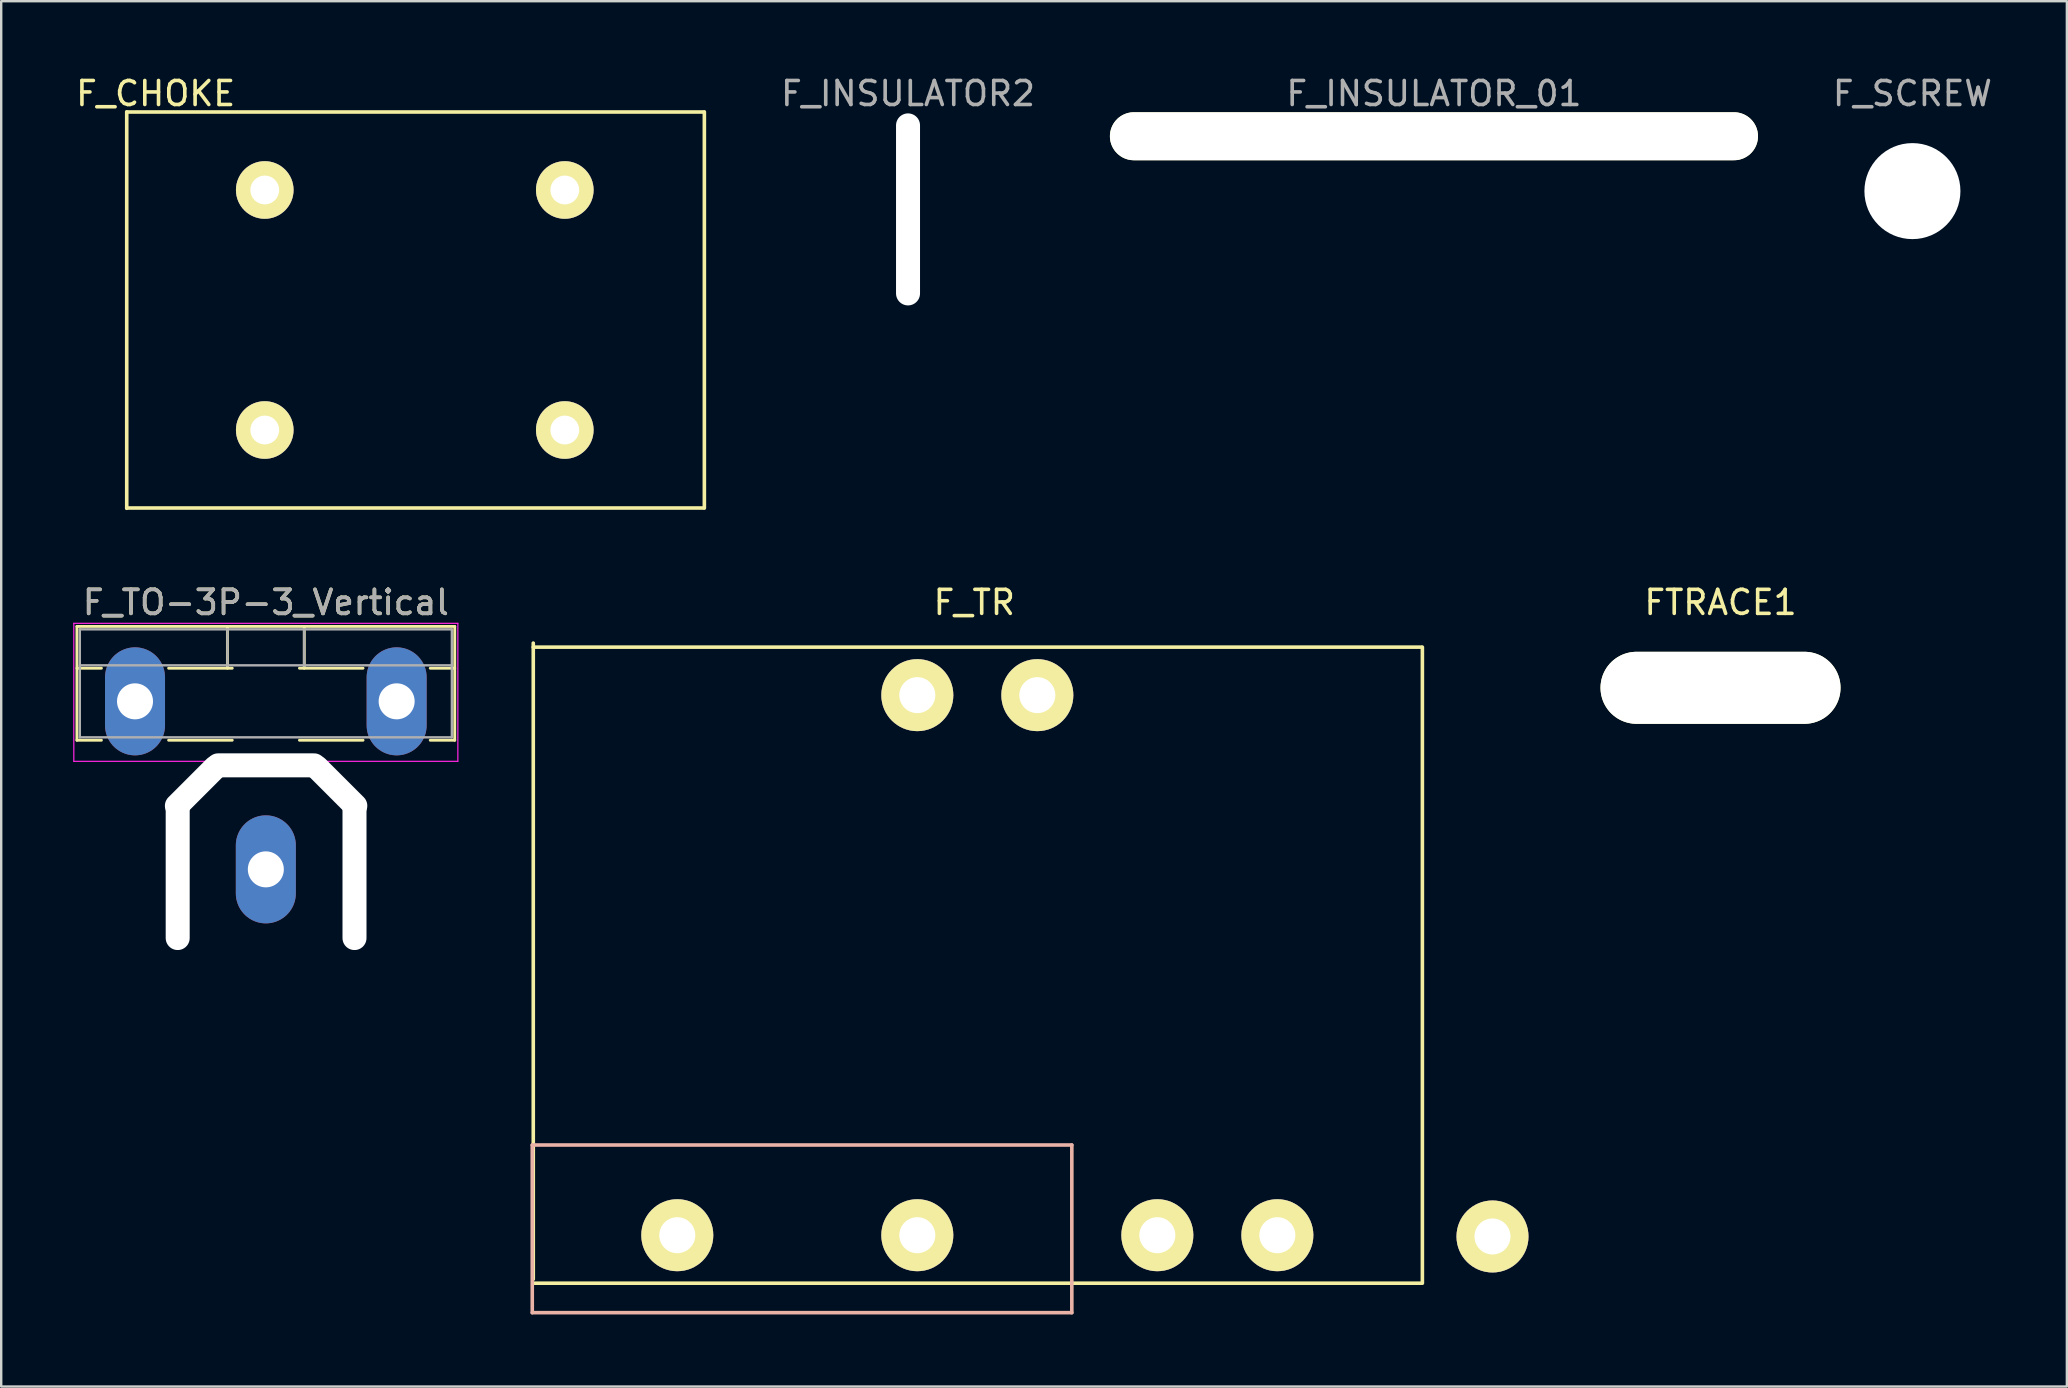
<source format=kicad_pcb>
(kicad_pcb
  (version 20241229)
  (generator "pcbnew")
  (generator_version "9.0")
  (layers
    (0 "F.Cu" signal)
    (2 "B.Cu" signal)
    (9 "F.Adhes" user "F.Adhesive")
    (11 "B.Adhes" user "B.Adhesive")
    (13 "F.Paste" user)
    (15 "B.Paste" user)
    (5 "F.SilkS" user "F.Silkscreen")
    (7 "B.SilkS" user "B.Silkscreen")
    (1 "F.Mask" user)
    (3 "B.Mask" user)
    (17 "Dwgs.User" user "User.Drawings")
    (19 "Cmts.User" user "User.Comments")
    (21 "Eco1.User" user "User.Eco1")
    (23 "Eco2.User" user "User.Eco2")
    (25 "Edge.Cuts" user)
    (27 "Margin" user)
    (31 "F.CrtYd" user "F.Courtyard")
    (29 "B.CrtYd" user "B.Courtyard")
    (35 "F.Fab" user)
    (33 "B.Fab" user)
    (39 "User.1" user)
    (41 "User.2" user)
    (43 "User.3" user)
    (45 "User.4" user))
  (footprint "F_INSULATOR2"
    (layer "F.Cu")
    (at 34.78 5.674)
    (property "Reference" "F_INSULATOR2" (at 0 -4.826 0) (layer "F.Fab") (effects (font (size 1 1) (thickness 0.15))))
    (attr through_hole)
    (pad "" np_thru_hole oval (at 0 0) (size 1 8) (drill oval 1 8) (layers "*.Cu" "*.Paste" "*.Mask")))
  (footprint "F_SCREW"
    (layer "F.Cu")
    (at 76.625 4.912)
    (property "Reference" "F_SCREW" (at 0 -4.064 0) (layer "F.Fab") (effects (font (size 1 1) (thickness 0.15))))
    (attr through_hole)
    (pad "" np_thru_hole circle (at 0 0) (size 4 4) (drill 4) (layers "*.Mask" "F.Cu")))
  (footprint "F_TO-3P-3_Vertical"
    (layer "F.Cu")
    (at 2.575 26.169)
    (property "Reference" "F_TO-3P-3_Vertical" (at 5.45 -4.12 0) (layer "F.SilkS") (effects (font (size 1 1) (thickness 0.15))))
    (attr through_hole)
    (fp_line (start -2.42 -3.12) (end -2.42 1.62) (stroke (width 0.12) (type solid)) (layer "F.SilkS"))
    (fp_line (start -2.42 -3.12) (end 13.32 -3.12) (stroke (width 0.12) (type solid)) (layer "F.SilkS"))
    (fp_line (start -2.42 -1.38) (end -1.4 -1.38) (stroke (width 0.12) (type solid)) (layer "F.SilkS"))
    (fp_line (start -2.42 1.62) (end -1.4 1.62) (stroke (width 0.12) (type solid)) (layer "F.SilkS"))
    (fp_line (start 1.4 -1.38) (end 4.051 -1.38) (stroke (width 0.12) (type solid)) (layer "F.SilkS"))
    (fp_line (start 1.4 1.62) (end 4.051 1.62) (stroke (width 0.12) (type solid)) (layer "F.SilkS"))
    (fp_line (start 3.85 -3.12) (end 3.85 -1.38) (stroke (width 0.12) (type solid)) (layer "F.SilkS"))
    (fp_line (start 6.85 -1.38) (end 9.5 -1.38) (stroke (width 0.12) (type solid)) (layer "F.SilkS"))
    (fp_line (start 6.85 1.62) (end 9.5 1.62) (stroke (width 0.12) (type solid)) (layer "F.SilkS"))
    (fp_line (start 7.051 -3.12) (end 7.051 -1.38) (stroke (width 0.12) (type solid)) (layer "F.SilkS"))
    (fp_line (start 12.3 -1.38) (end 13.32 -1.38) (stroke (width 0.12) (type solid)) (layer "F.SilkS"))
    (fp_line (start 12.3 1.62) (end 13.32 1.62) (stroke (width 0.12) (type solid)) (layer "F.SilkS"))
    (fp_line (start 13.32 -3.12) (end 13.32 1.62) (stroke (width 0.12) (type solid)) (layer "F.SilkS"))
    (fp_line (start -2.55 -3.25) (end -2.55 2.5) (stroke (width 0.05) (type solid)) (layer "F.CrtYd"))
    (fp_line (start -2.55 2.5) (end 13.45 2.5) (stroke (width 0.05) (type solid)) (layer "F.CrtYd"))
    (fp_line (start 13.45 -3.25) (end -2.55 -3.25) (stroke (width 0.05) (type solid)) (layer "F.CrtYd"))
    (fp_line (start 13.45 2.5) (end 13.45 -3.25) (stroke (width 0.05) (type solid)) (layer "F.CrtYd"))
    (fp_line (start -2.3 -3) (end -2.3 1.5) (stroke (width 0.1) (type solid)) (layer "F.Fab"))
    (fp_line (start -2.3 -1.5) (end 13.2 -1.5) (stroke (width 0.1) (type solid)) (layer "F.Fab"))
    (fp_line (start -2.3 1.5) (end 13.2 1.5) (stroke (width 0.1) (type solid)) (layer "F.Fab"))
    (fp_line (start 3.85 -3) (end 3.85 -1.5) (stroke (width 0.1) (type solid)) (layer "F.Fab"))
    (fp_line (start 7.05 -3) (end 7.05 -1.5) (stroke (width 0.1) (type solid)) (layer "F.Fab"))
    (fp_line (start 13.2 -3) (end -2.3 -3) (stroke (width 0.1) (type solid)) (layer "F.Fab"))
    (fp_line (start 13.2 1.5) (end 13.2 -3) (stroke (width 0.1) (type solid)) (layer "F.Fab"))
    (fp_text user "${REFERENCE}" (at 5.45 -4.12 0) (layer "F.Fab") (effects (font (size 1 1) (thickness 0.15))))
    (pad "" np_thru_hole oval (at 1.778 7.112) (size 1 6.5) (drill oval 1 6.5) (layers "F.Cu"))
    (pad "" np_thru_hole oval (at 2.54 3.556 315) (size 1 3.25) (drill oval 1 3.25) (layers "F.Cu"))
    (pad "" np_thru_hole oval (at 5.461 2.667 90) (size 1 5) (drill oval 1 5) (layers "F.Cu"))
    (pad "" np_thru_hole oval (at 8.382 3.556 45) (size 1 3.25) (drill oval 1 3.25) (layers "F.Cu"))
    (pad "" np_thru_hole oval (at 9.144 7.112) (size 1 6.5) (drill oval 1 6.5) (layers "F.Cu"))
    (pad "1" thru_hole oval (at 0 0) (size 2.5 4.5) (drill 1.5) (layers "*.Cu" "*.Mask"))
    (pad "2" thru_hole oval (at 5.45 7) (size 2.5 4.5) (drill 1.5) (layers "*.Cu" "*.Mask"))
    (pad "3" thru_hole oval (at 10.9 0) (size 2.5 4.5) (drill 1.5) (layers "*.Cu" "*.Mask")))
  (footprint "F_TR"
    (layer "F.Cu")
    (at 37.667 37.161)
    (property "Reference" "F_TR" (at -0.127 -15.113 0) (layer "F.SilkS") (effects (font (size 1 1) (thickness 0.15))))
    (attr through_hole)
    (fp_line (start -18.5 -13.419) (end -18.5 13.081) (stroke (width 0.15) (type solid)) (layer "F.SilkS"))
    (fp_line (start -18.5 -13.25) (end 18.5 -13.25) (stroke (width 0.15) (type solid)) (layer "F.SilkS"))
    (fp_line (start -18.5 13.25) (end 18.5 13.25) (stroke (width 0.15) (type solid)) (layer "F.SilkS"))
    (fp_line (start 18.542 -13.25) (end 18.542 13.25) (stroke (width 0.15) (type solid)) (layer "F.SilkS"))
    (fp_line (start -18.542 7.493) (end -18.542 14.478) (stroke (width 0.15) (type solid)) (layer "B.SilkS"))
    (fp_line (start -18.542 14.478) (end 3.937 14.478) (stroke (width 0.15) (type solid)) (layer "B.SilkS"))
    (fp_line (start 3.937 7.493) (end -18.542 7.493) (stroke (width 0.15) (type solid)) (layer "B.SilkS"))
    (fp_line (start 3.937 14.478) (end 3.937 7.493) (stroke (width 0.15) (type solid)) (layer "B.SilkS"))
    (pad "1" thru_hole circle (at -2.5 -11.25) (size 3 3) (drill 1.5) (layers "*.Cu" "*.Mask" "F.SilkS"))
    (pad "2" thru_hole circle (at 2.5 -11.25) (size 3 3) (drill 1.5) (layers "*.Cu" "*.Mask" "F.SilkS"))
    (pad "3" thru_hole circle (at -12.5 11.25) (size 3 3) (drill 1.5) (layers "*.Cu" "*.Mask" "F.SilkS"))
    (pad "4" thru_hole circle (at -2.5 11.25) (size 3 3) (drill 1.5) (layers "*.Cu" "*.Mask" "F.SilkS"))
    (pad "5" thru_hole circle (at 7.5 11.25) (size 3 3) (drill 1.5) (layers "*.Cu" "*.Mask" "F.SilkS"))
    (pad "6" thru_hole circle (at 12.5 11.25) (size 3 3) (drill 1.5) (layers "*.Cu" "*.Mask" "F.SilkS"))
    (pad "7" thru_hole circle (at 21.463 11.303) (size 3 3) (drill 1.5) (layers "*.Cu" "*.Mask" "F.SilkS")))
  (footprint "F_INSULATOR_01"
    (layer "F.Cu")
    (at 56.691 2.626)
    (property "Reference" "F_INSULATOR_01" (at 0 -1.778 0) (layer "F.Fab") (effects (font (size 1 1) (thickness 0.15))))
    (attr through_hole)
    (pad "" np_thru_hole oval (at 0 0) (size 27 2) (drill oval 27 2) (layers "*.Mask" "F.Cu" "F.SilkS")))
  (footprint "FTRACE1"
    (layer "F.Cu")
    (at 68.63 25.605)
    (property "Reference" "FTRACE1" (at 0 -3.556 0) (layer "F.SilkS") (effects (font (size 1 1) (thickness 0.15))))
    (attr through_hole)
    (pad "" np_thru_hole oval (at 0 0) (size 10 3) (drill oval 10 3) (layers "*.Mask" "F.Cu" "F.SilkS")))
  (footprint "F_CHOKE"
    (layer "F.Cu")
    (at 14.23 9.865)
    (property "Reference" "F_CHOKE" (at -10.795 -9.017 0) (layer "F.SilkS") (effects (font (size 1 1) (thickness 0.15))))
    (attr through_hole)
    (fp_line (start -12 -8.25) (end -12 8.26) (stroke (width 0.15) (type solid)) (layer "F.SilkS"))
    (fp_line (start -12 -8.25) (end 12 -8.25) (stroke (width 0.15) (type solid)) (layer "F.SilkS"))
    (fp_line (start -12 8.25) (end 12 8.25) (stroke (width 0.15) (type solid)) (layer "F.SilkS"))
    (fp_line (start 12.065 -8.255) (end 12.065 8.255) (stroke (width 0.15) (type solid)) (layer "F.SilkS"))
    (pad "1" thru_hole circle (at -6.25 -5) (size 2.4 2.4) (drill 1.2) (layers "*.Cu" "*.Mask" "F.SilkS"))
    (pad "2" thru_hole circle (at 6.25 -5) (size 2.4 2.4) (drill 1.2) (layers "*.Cu" "*.Mask" "F.SilkS"))
    (pad "3" thru_hole circle (at 6.25 5) (size 2.4 2.4) (drill 1.2) (layers "*.Cu" "*.Mask" "F.SilkS"))
    (pad "4" thru_hole circle (at -6.25 5) (size 2.4 2.4) (drill 1.2) (layers "*.Cu" "*.Mask" "F.SilkS")))
  (gr_rect
    (start -3 -3)
    (end 83.06 54.715)
    (stroke (width 0.1) (type default))
    (fill no)
    (layer "Edge.Cuts")))
</source>
